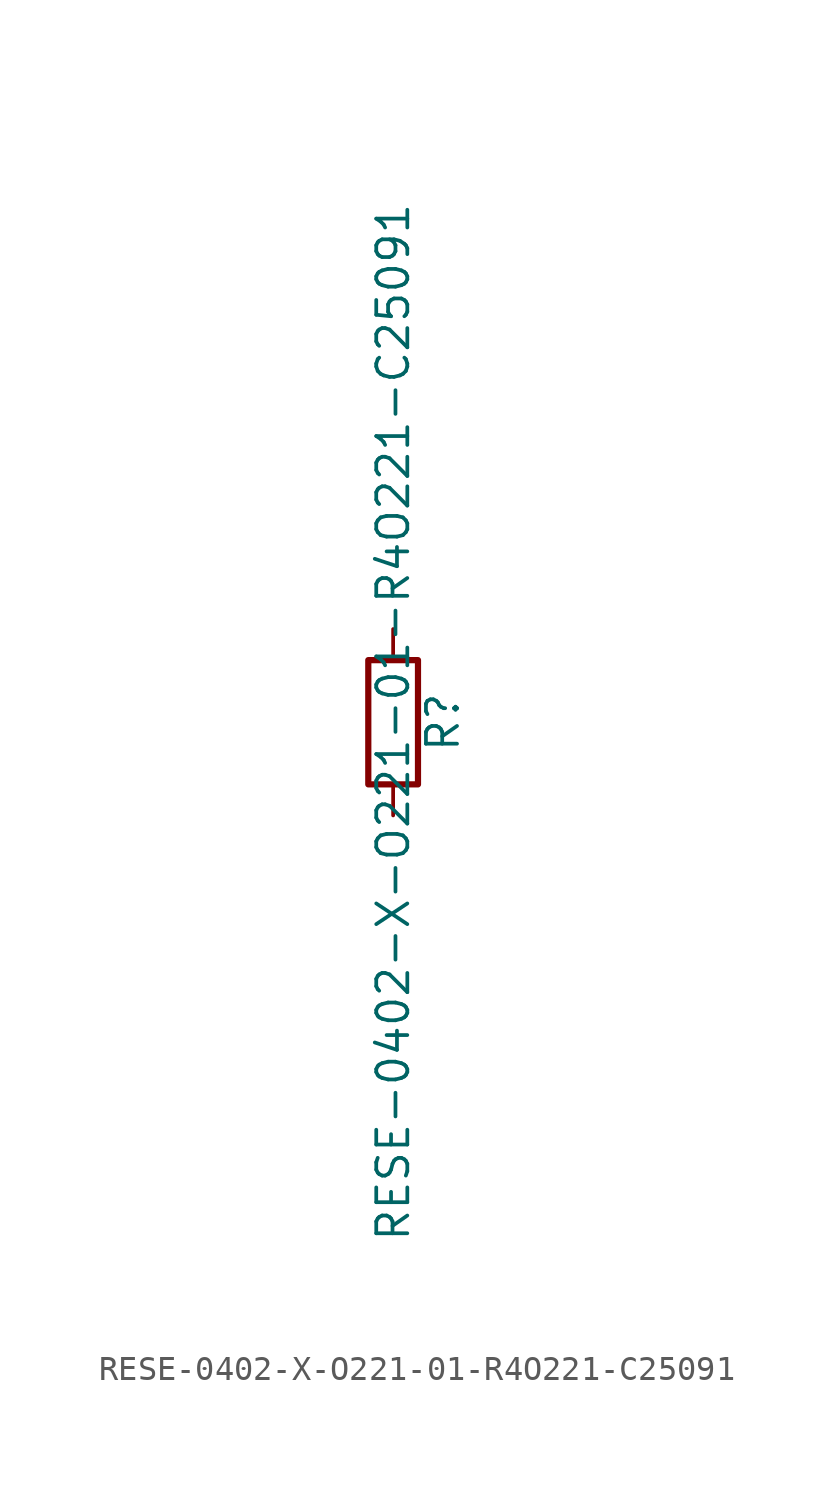
<source format=kicad_sym>
(kicad_symbol_lib
  (version 20211014)
  (generator kicad_symbol_editor)
  (symbol "RESE-0402-X-O221-01-R4O221-C25091"
    (pin_numbers hide)
    (pin_names
      (offset 0))
    (property "Reference" "R"
      (at 2.032 0 90)
      (effects (font (size 1.27 1.27))))
    (property "Value" "RESE-0402-X-O221-01-R4O221-C25091"
      (at 0 0 90)
      (effects (font (size 1.27 1.27))))
    (symbol "RESE-0402-X-O221-01-R4O221-C25091_0_1"
      (rectangle (start -1.016 -2.54) (end 1.016 2.54) (stroke (width 0.254) (type default) (color 0 0 0 0)) (fill (type none))))
    (symbol "RESE-0402-X-O221-01-R4O221-C25091_1_1"
      (pin passive line (at 0 3.81 270) (length 1.27) (name "~" (effects (font (size 1.27 1.27)))) (number "1" (effects (font (size 1.27 1.27)))))
      (pin passive line (at 0 -3.81 90) (length 1.27) (name "~" (effects (font (size 1.27 1.27)))) (number "2" (effects (font (size 1.27 1.27))))))))
</source>
